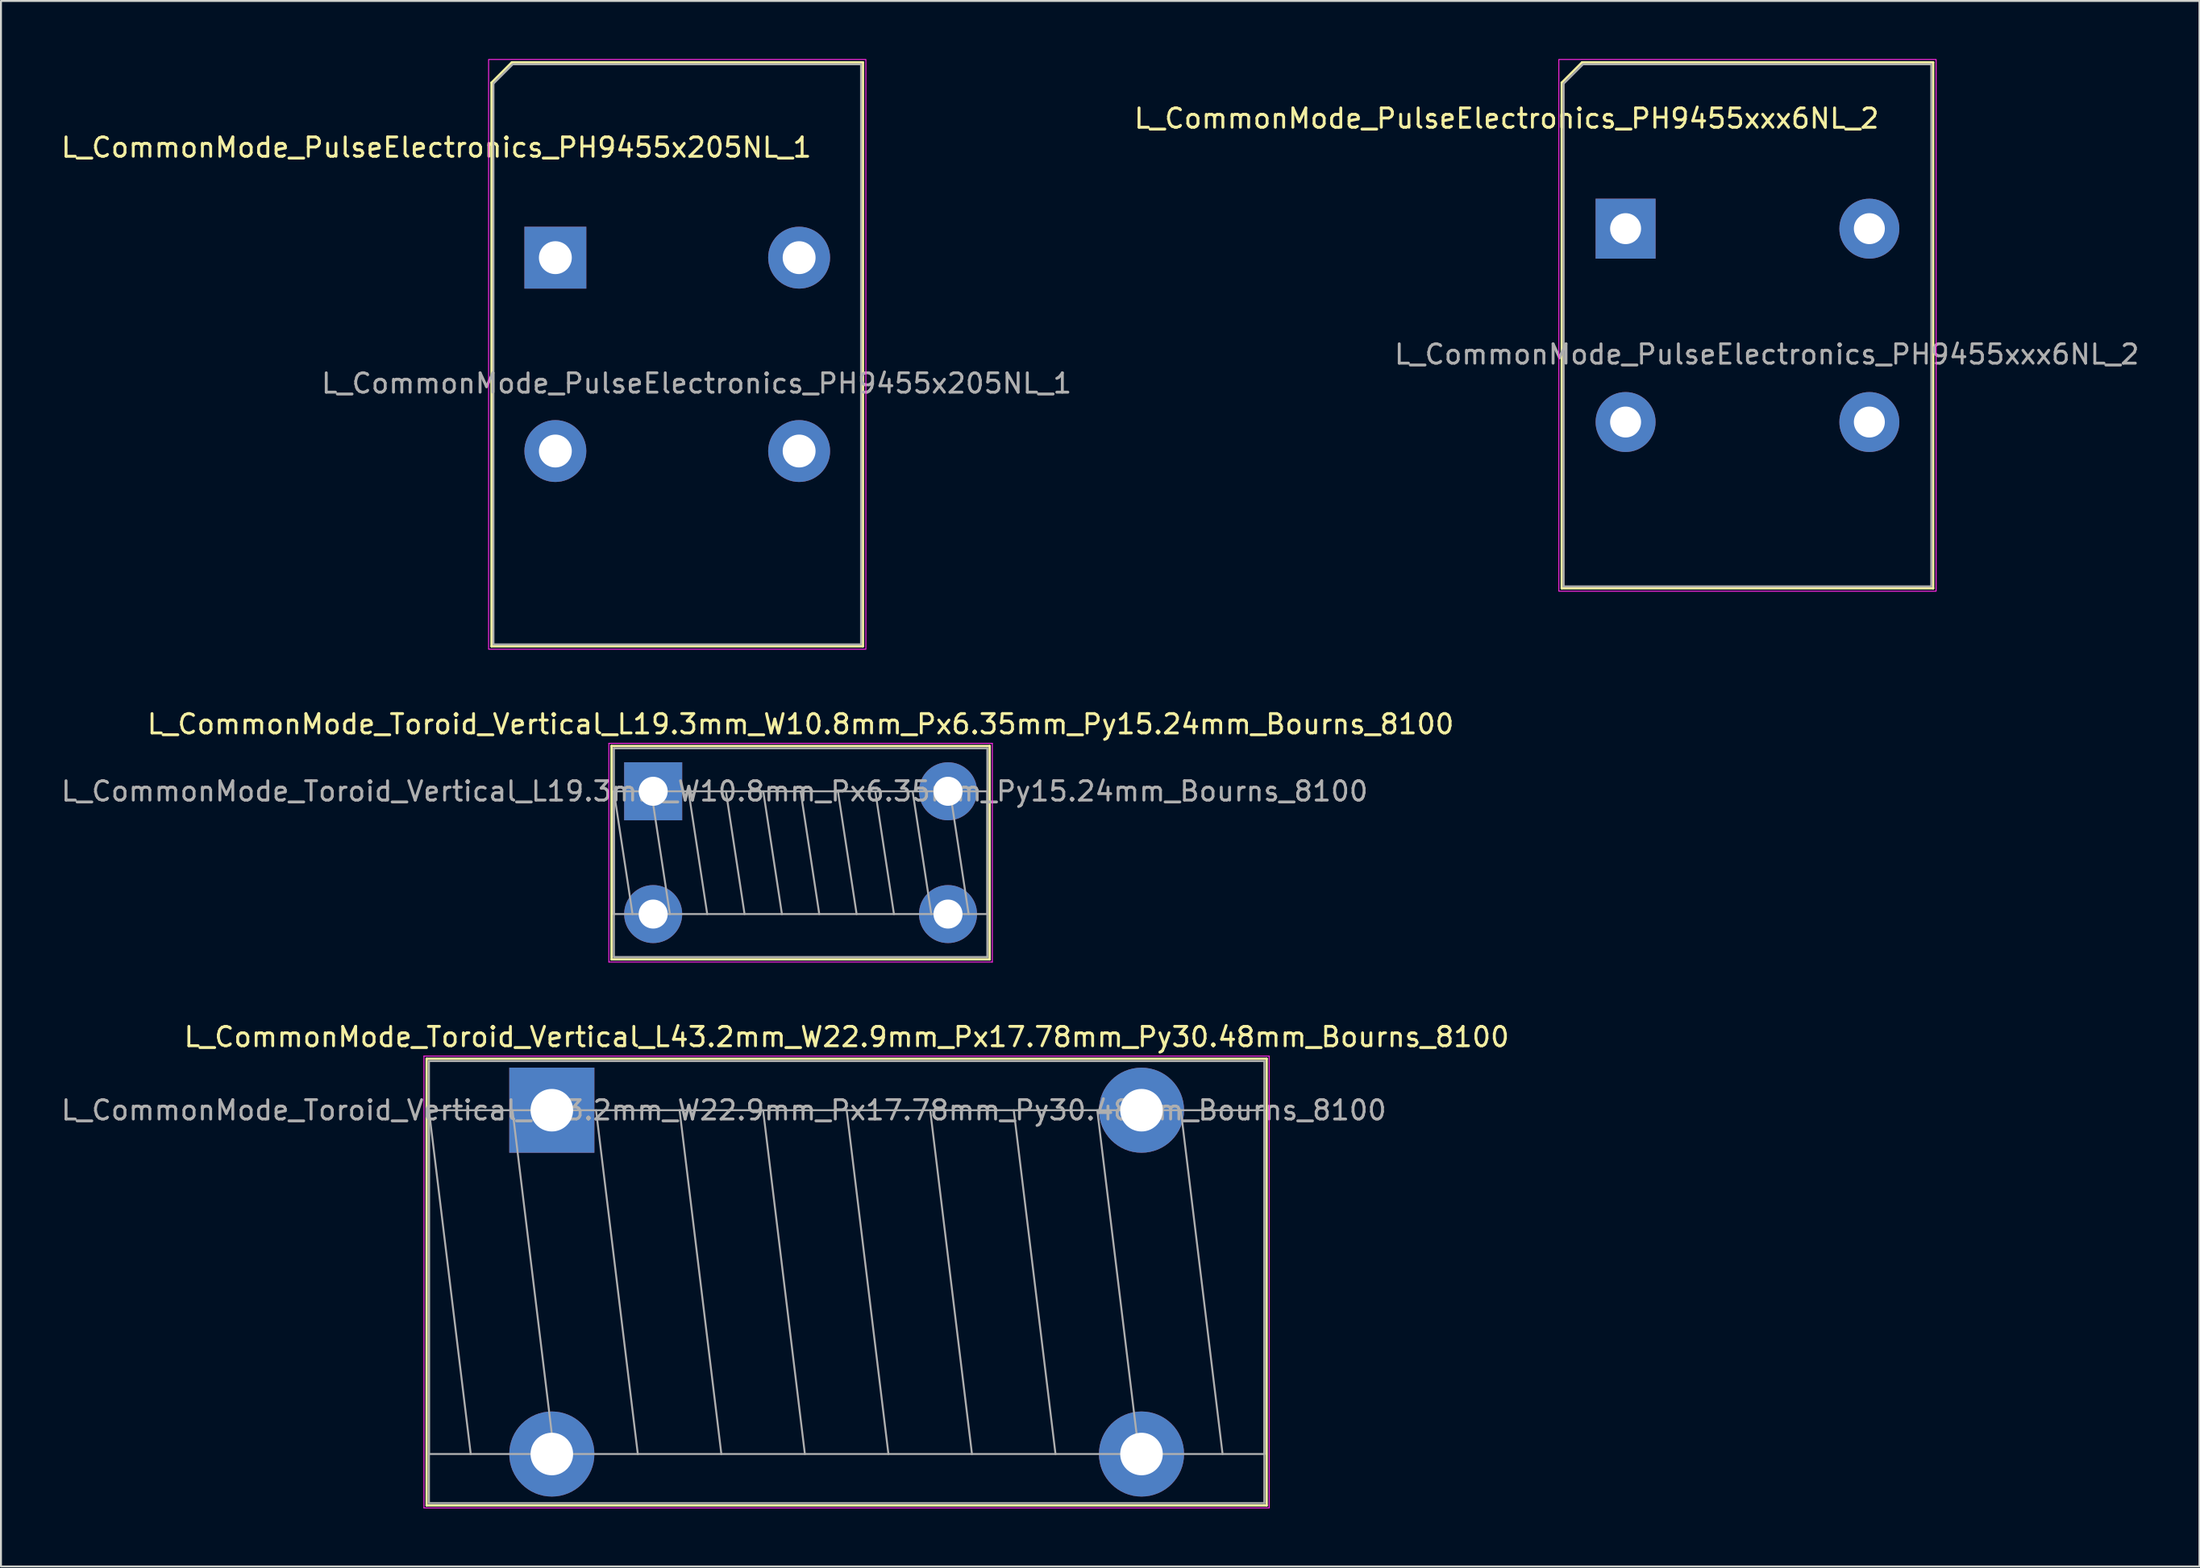
<source format=kicad_pcb>
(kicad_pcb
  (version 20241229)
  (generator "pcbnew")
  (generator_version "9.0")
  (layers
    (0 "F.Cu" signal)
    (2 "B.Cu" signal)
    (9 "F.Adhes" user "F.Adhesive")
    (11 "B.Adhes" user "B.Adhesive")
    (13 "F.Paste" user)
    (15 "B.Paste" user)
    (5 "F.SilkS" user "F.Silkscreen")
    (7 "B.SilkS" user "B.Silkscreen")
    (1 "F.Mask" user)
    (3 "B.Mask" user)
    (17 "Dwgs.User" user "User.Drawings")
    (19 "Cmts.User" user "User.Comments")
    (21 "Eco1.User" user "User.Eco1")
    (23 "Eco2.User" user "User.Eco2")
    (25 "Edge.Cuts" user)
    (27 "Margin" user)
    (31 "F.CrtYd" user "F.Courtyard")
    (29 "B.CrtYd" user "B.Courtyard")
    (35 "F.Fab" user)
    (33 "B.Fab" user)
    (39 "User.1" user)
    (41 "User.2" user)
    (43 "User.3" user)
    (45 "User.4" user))
  (footprint "L_CommonMode_PulseElectronics_PH9455xxx6NL_2"
    (layer "F.Cu")
    (at 80.975 8.775)
    (property "Reference" "L_CommonMode_PulseElectronics_PH9455xxx6NL_2" (at -6.15 -5.7 0) (unlocked yes) (layer "F.SilkS") (effects (font (size 1 1) (thickness 0.15))))
    (attr through_hole)
    (fp_line (start -3.3 -7.55) (end -3.3 18.6) (stroke (width 0.12) (type solid)) (layer "F.SilkS"))
    (fp_line (start -3.3 18.6) (end 15.9 18.6) (stroke (width 0.12) (type solid)) (layer "F.SilkS"))
    (fp_line (start -2.25 -8.6) (end -3.3 -7.55) (stroke (width 0.12) (type solid)) (layer "F.SilkS"))
    (fp_line (start 15.9 -8.6) (end -2.25 -8.6) (stroke (width 0.12) (type solid)) (layer "F.SilkS"))
    (fp_line (start 15.9 18.6) (end 15.9 -8.6) (stroke (width 0.12) (type solid)) (layer "F.SilkS"))
    (fp_rect (start -3.45 -8.75) (end 16.05 18.75) (stroke (width 0.05) (type solid)) (fill no) (layer "F.CrtYd"))
    (fp_line (start -3.2 -7.5) (end -2.2 -8.5) (stroke (width 0.1) (type solid)) (layer "F.Fab"))
    (fp_line (start -3.2 18.5) (end -3.2 -7.5) (stroke (width 0.1) (type solid)) (layer "F.Fab"))
    (fp_line (start -2.2 -8.5) (end 15.8 -8.5) (stroke (width 0.1) (type solid)) (layer "F.Fab"))
    (fp_line (start 15.8 -8.5) (end 15.8 18.5) (stroke (width 0.1) (type solid)) (layer "F.Fab"))
    (fp_line (start 15.8 18.5) (end -3.2 18.5) (stroke (width 0.1) (type solid)) (layer "F.Fab"))
    (fp_text user "${REFERENCE}" (at 7.3 6.5 0) (unlocked yes) (layer "F.Fab") (effects (font (size 1 1) (thickness 0.15))))
    (pad "1" thru_hole rect (at 0 0) (size 3.1 3.1) (drill 1.6) (layers "*.Cu" "*.Mask"))
    (pad "2" thru_hole circle (at 0 10) (size 3.1 3.1) (drill 1.6) (layers "*.Cu" "*.Mask"))
    (pad "3" thru_hole circle (at 12.6 10) (size 3.1 3.1) (drill 1.6) (layers "*.Cu" "*.Mask"))
    (pad "4" thru_hole circle (at 12.6 0) (size 3.1 3.1) (drill 1.6) (layers "*.Cu" "*.Mask")))
  (footprint "L_CommonMode_Toroid_Vertical_L19.3mm_W10.8mm_Px6.35mm_Py15.24mm_Bourns_8100"
    (layer "F.Cu")
    (at 30.712 37.871)
    (property "Reference" "L_CommonMode_Toroid_Vertical_L19.3mm_W10.8mm_Px6.35mm_Py15.24mm_Bourns_8100" (at 7.62 -3.473 0) (layer "F.SilkS") (effects (font (size 1 1) (thickness 0.15))))
    (attr through_hole)
    (fp_line (start -2.152 -2.343) (end -2.152 8.693) (stroke (width 0.12) (type solid)) (layer "F.SilkS"))
    (fp_line (start -2.152 -2.343) (end 17.392 -2.343) (stroke (width 0.12) (type solid)) (layer "F.SilkS"))
    (fp_line (start -2.152 8.693) (end 17.392 8.693) (stroke (width 0.12) (type solid)) (layer "F.SilkS"))
    (fp_line (start 17.392 -2.343) (end 17.392 8.693) (stroke (width 0.12) (type solid)) (layer "F.SilkS"))
    (fp_line (start -2.29 -2.48) (end -2.29 8.83) (stroke (width 0.05) (type solid)) (layer "F.CrtYd"))
    (fp_line (start -2.29 8.83) (end 17.53 8.83) (stroke (width 0.05) (type solid)) (layer "F.CrtYd"))
    (fp_line (start 17.53 -2.48) (end -2.29 -2.48) (stroke (width 0.05) (type solid)) (layer "F.CrtYd"))
    (fp_line (start 17.53 8.83) (end 17.53 -2.48) (stroke (width 0.05) (type solid)) (layer "F.CrtYd"))
    (fp_line (start -2.032 -2.223) (end -2.032 8.572) (stroke (width 0.1) (type solid)) (layer "F.Fab"))
    (fp_line (start -2.032 0) (end -2.032 6.35) (stroke (width 0.1) (type solid)) (layer "F.Fab"))
    (fp_line (start -2.032 0) (end -1.067 6.35) (stroke (width 0.1) (type solid)) (layer "F.Fab"))
    (fp_line (start -2.032 6.35) (end 17.272 6.35) (stroke (width 0.1) (type solid)) (layer "F.Fab"))
    (fp_line (start -2.032 8.572) (end 17.272 8.572) (stroke (width 0.1) (type solid)) (layer "F.Fab"))
    (fp_line (start -0.102 0) (end 0.864 6.35) (stroke (width 0.1) (type solid)) (layer "F.Fab"))
    (fp_line (start 1.829 0) (end 2.794 6.35) (stroke (width 0.1) (type solid)) (layer "F.Fab"))
    (fp_line (start 3.759 0) (end 4.724 6.35) (stroke (width 0.1) (type solid)) (layer "F.Fab"))
    (fp_line (start 5.69 0) (end 6.655 6.35) (stroke (width 0.1) (type solid)) (layer "F.Fab"))
    (fp_line (start 7.62 0) (end 8.585 6.35) (stroke (width 0.1) (type solid)) (layer "F.Fab"))
    (fp_line (start 9.55 0) (end 10.516 6.35) (stroke (width 0.1) (type solid)) (layer "F.Fab"))
    (fp_line (start 11.481 0) (end 12.446 6.35) (stroke (width 0.1) (type solid)) (layer "F.Fab"))
    (fp_line (start 13.411 0) (end 14.376 6.35) (stroke (width 0.1) (type solid)) (layer "F.Fab"))
    (fp_line (start 15.342 0) (end 16.307 6.35) (stroke (width 0.1) (type solid)) (layer "F.Fab"))
    (fp_line (start 17.272 -2.223) (end -2.032 -2.223) (stroke (width 0.1) (type solid)) (layer "F.Fab"))
    (fp_line (start 17.272 0) (end -2.032 0) (stroke (width 0.1) (type solid)) (layer "F.Fab"))
    (fp_line (start 17.272 6.35) (end 17.272 0) (stroke (width 0.1) (type solid)) (layer "F.Fab"))
    (fp_line (start 17.272 8.572) (end 17.272 -2.223) (stroke (width 0.1) (type solid)) (layer "F.Fab"))
    (fp_text user "${REFERENCE}" (at 3.175 0 0) (layer "F.Fab") (effects (font (size 1 1) (thickness 0.15))))
    (pad "1" thru_hole rect (at 0 0) (size 3 3) (drill 1.5) (layers "*.Cu" "*.Mask"))
    (pad "2" thru_hole circle (at 0 6.35) (size 3 3) (drill 1.5) (layers "*.Cu" "*.Mask"))
    (pad "3" thru_hole circle (at 15.24 6.35) (size 3 3) (drill 1.5) (layers "*.Cu" "*.Mask"))
    (pad "4" thru_hole circle (at 15.24 0) (size 3 3) (drill 1.5) (layers "*.Cu" "*.Mask")))
  (footprint "L_CommonMode_Toroid_Vertical_L43.2mm_W22.9mm_Px17.78mm_Py30.48mm_Bourns_8100"
    (layer "F.Cu")
    (at 25.473 54.364)
    (property "Reference" "L_CommonMode_Toroid_Vertical_L43.2mm_W22.9mm_Px17.78mm_Py30.48mm_Bourns_8100" (at 15.24 -3.79 0) (layer "F.SilkS") (effects (font (size 1 1) (thickness 0.15))))
    (attr through_hole)
    (fp_line (start -6.47 -2.66) (end -6.47 20.44) (stroke (width 0.12) (type solid)) (layer "F.SilkS"))
    (fp_line (start -6.47 -2.66) (end 36.95 -2.66) (stroke (width 0.12) (type solid)) (layer "F.SilkS"))
    (fp_line (start -6.47 20.44) (end 36.95 20.44) (stroke (width 0.12) (type solid)) (layer "F.SilkS"))
    (fp_line (start 36.95 -2.66) (end 36.95 20.44) (stroke (width 0.12) (type solid)) (layer "F.SilkS"))
    (fp_line (start -6.61 -2.8) (end -6.61 20.57) (stroke (width 0.05) (type solid)) (layer "F.CrtYd"))
    (fp_line (start -6.61 20.57) (end 37.08 20.57) (stroke (width 0.05) (type solid)) (layer "F.CrtYd"))
    (fp_line (start 37.08 -2.8) (end -6.61 -2.8) (stroke (width 0.05) (type solid)) (layer "F.CrtYd"))
    (fp_line (start 37.08 20.57) (end 37.08 -2.8) (stroke (width 0.05) (type solid)) (layer "F.CrtYd"))
    (fp_line (start -6.35 -2.54) (end -6.35 20.32) (stroke (width 0.1) (type solid)) (layer "F.Fab"))
    (fp_line (start -6.35 0) (end -6.35 17.78) (stroke (width 0.1) (type solid)) (layer "F.Fab"))
    (fp_line (start -6.35 0) (end -4.191 17.78) (stroke (width 0.1) (type solid)) (layer "F.Fab"))
    (fp_line (start -6.35 17.78) (end 36.83 17.78) (stroke (width 0.1) (type solid)) (layer "F.Fab"))
    (fp_line (start -6.35 20.32) (end 36.83 20.32) (stroke (width 0.1) (type solid)) (layer "F.Fab"))
    (fp_line (start -2.032 0) (end 0.127 17.78) (stroke (width 0.1) (type solid)) (layer "F.Fab"))
    (fp_line (start 2.286 0) (end 4.445 17.78) (stroke (width 0.1) (type solid)) (layer "F.Fab"))
    (fp_line (start 6.604 0) (end 8.763 17.78) (stroke (width 0.1) (type solid)) (layer "F.Fab"))
    (fp_line (start 10.922 0) (end 13.081 17.78) (stroke (width 0.1) (type solid)) (layer "F.Fab"))
    (fp_line (start 15.24 0) (end 17.399 17.78) (stroke (width 0.1) (type solid)) (layer "F.Fab"))
    (fp_line (start 19.558 0) (end 21.717 17.78) (stroke (width 0.1) (type solid)) (layer "F.Fab"))
    (fp_line (start 23.876 0) (end 26.035 17.78) (stroke (width 0.1) (type solid)) (layer "F.Fab"))
    (fp_line (start 28.194 0) (end 30.353 17.78) (stroke (width 0.1) (type solid)) (layer "F.Fab"))
    (fp_line (start 32.512 0) (end 34.671 17.78) (stroke (width 0.1) (type solid)) (layer "F.Fab"))
    (fp_line (start 36.83 -2.54) (end -6.35 -2.54) (stroke (width 0.1) (type solid)) (layer "F.Fab"))
    (fp_line (start 36.83 0) (end -6.35 0) (stroke (width 0.1) (type solid)) (layer "F.Fab"))
    (fp_line (start 36.83 17.78) (end 36.83 0) (stroke (width 0.1) (type solid)) (layer "F.Fab"))
    (fp_line (start 36.83 20.32) (end 36.83 -2.54) (stroke (width 0.1) (type solid)) (layer "F.Fab"))
    (fp_text user "${REFERENCE}" (at 8.89 0 0) (layer "F.Fab") (effects (font (size 1 1) (thickness 0.15))))
    (pad "1" thru_hole rect (at 0 0) (size 4.4 4.4) (drill 2.2) (layers "*.Cu" "*.Mask"))
    (pad "2" thru_hole circle (at 0 17.78) (size 4.4 4.4) (drill 2.2) (layers "*.Cu" "*.Mask"))
    (pad "3" thru_hole circle (at 30.48 17.78) (size 4.4 4.4) (drill 2.2) (layers "*.Cu" "*.Mask"))
    (pad "4" thru_hole circle (at 30.48 0) (size 4.4 4.4) (drill 2.2) (layers "*.Cu" "*.Mask")))
  (footprint "L_CommonMode_PulseElectronics_PH9455x205NL_1"
    (layer "F.Cu")
    (at 25.656 10.275)
    (property "Reference" "L_CommonMode_PulseElectronics_PH9455x205NL_1" (at -6.15 -5.7 0) (unlocked yes) (layer "F.SilkS") (effects (font (size 1 1) (thickness 0.15))))
    (attr through_hole)
    (fp_line (start -3.3 -9.05) (end -3.3 20.1) (stroke (width 0.12) (type solid)) (layer "F.SilkS"))
    (fp_line (start -3.3 20.1) (end 15.9 20.1) (stroke (width 0.12) (type solid)) (layer "F.SilkS"))
    (fp_line (start -2.25 -10.1) (end -3.3 -9.05) (stroke (width 0.12) (type solid)) (layer "F.SilkS"))
    (fp_line (start 15.9 -10.1) (end -2.25 -10.1) (stroke (width 0.12) (type solid)) (layer "F.SilkS"))
    (fp_line (start 15.9 20.1) (end 15.9 -10.1) (stroke (width 0.12) (type solid)) (layer "F.SilkS"))
    (fp_rect (start -3.45 -10.25) (end 16.05 20.25) (stroke (width 0.05) (type solid)) (fill no) (layer "F.CrtYd"))
    (fp_line (start -3.2 -9) (end -2.2 -10) (stroke (width 0.1) (type solid)) (layer "F.Fab"))
    (fp_line (start -3.2 20) (end -3.2 -9) (stroke (width 0.1) (type solid)) (layer "F.Fab"))
    (fp_line (start -2.2 -10) (end 15.8 -10) (stroke (width 0.1) (type solid)) (layer "F.Fab"))
    (fp_line (start 15.8 -10) (end 15.8 20) (stroke (width 0.1) (type solid)) (layer "F.Fab"))
    (fp_line (start 15.8 20) (end -3.2 20) (stroke (width 0.1) (type solid)) (layer "F.Fab"))
    (fp_text user "${REFERENCE}" (at 7.3 6.5 0) (unlocked yes) (layer "F.Fab") (effects (font (size 1 1) (thickness 0.15))))
    (pad "1" thru_hole rect (at 0 0) (size 3.2 3.2) (drill 1.7) (layers "*.Cu" "*.Mask"))
    (pad "2" thru_hole circle (at 0 10) (size 3.2 3.2) (drill 1.7) (layers "*.Cu" "*.Mask"))
    (pad "3" thru_hole circle (at 12.6 10) (size 3.2 3.2) (drill 1.7) (layers "*.Cu" "*.Mask"))
    (pad "4" thru_hole circle (at 12.6 0) (size 3.2 3.2) (drill 1.7) (layers "*.Cu" "*.Mask")))
  (gr_rect
    (start -3 -3)
    (end 110.638 77.959)
    (stroke (width 0.1) (type default))
    (fill no)
    (layer "Edge.Cuts")))
</source>
